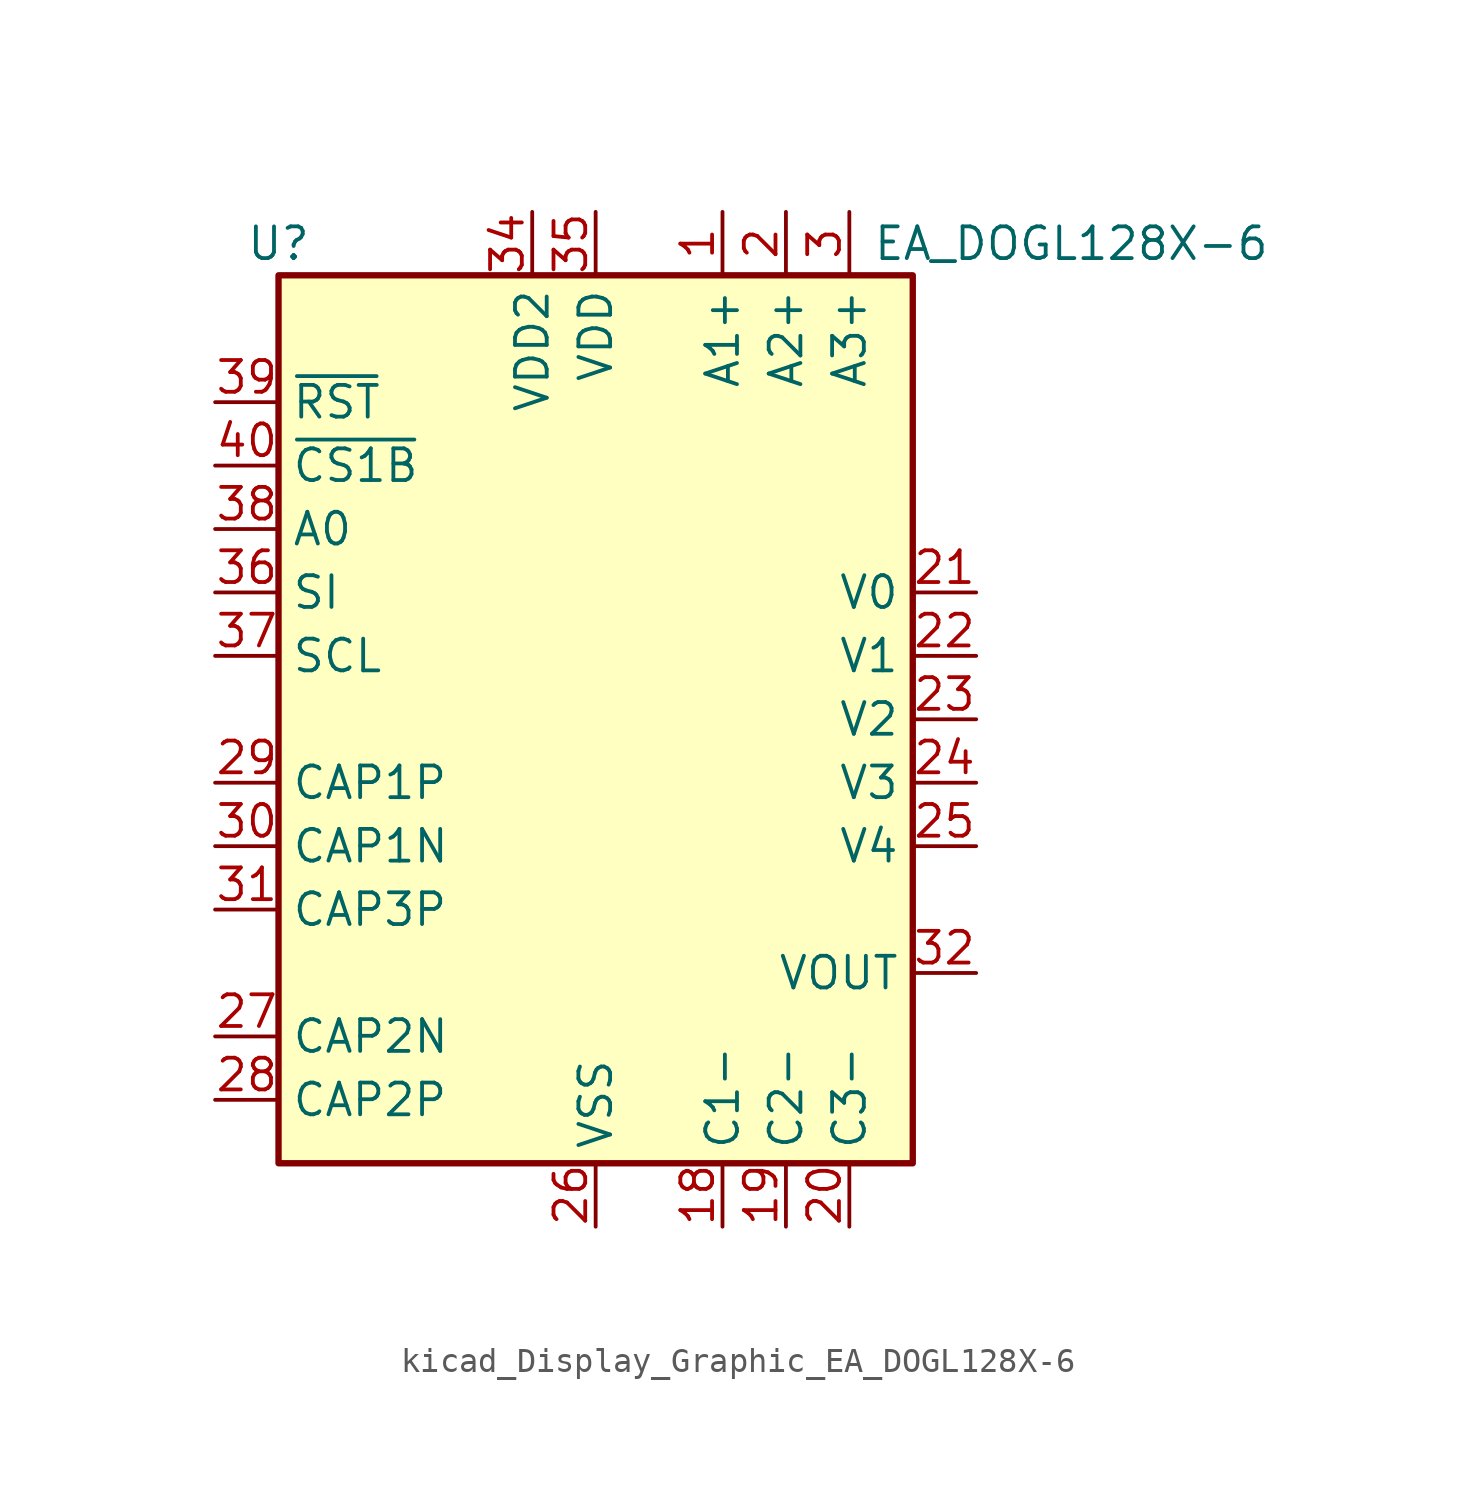
<source format=kicad_sym>
(kicad_symbol_lib
  (version 20220914)
  (generator kicad_symbol_editor)
  (symbol "kicad_Display_Graphic_EA_DOGL128X-6"
    (property "Reference" "U"
      (at -12.7 19.05 0)
      (effects (font (size 1.27 1.27))))
    (property "Value" "EA_DOGL128X-6"
      (at 19.05 19.05 0)
      (effects (font (size 1.27 1.27))))
    (symbol "kicad_Display_Graphic_EA_DOGL128X-6_1_1"
      (rectangle (start -12.7 17.78) (end 12.7 -17.78) (stroke (width 0.254) (type default)) (fill (type background)))
      (pin power_in line (at 5.08 20.32 270) (length 2.54) (name "A1+" (effects (font (size 1.27 1.27)))) (number "1" (effects (font (size 1.27 1.27)))))
      (pin power_in line (at 5.08 -20.32 90) (length 2.54) (name "C1-" (effects (font (size 1.27 1.27)))) (number "18" (effects (font (size 1.27 1.27)))))
      (pin power_in line (at 7.62 -20.32 90) (length 2.54) (name "C2-" (effects (font (size 1.27 1.27)))) (number "19" (effects (font (size 1.27 1.27)))))
      (pin power_in line (at 7.62 20.32 270) (length 2.54) (name "A2+" (effects (font (size 1.27 1.27)))) (number "2" (effects (font (size 1.27 1.27)))))
      (pin power_in line (at 10.16 -20.32 90) (length 2.54) (name "C3-" (effects (font (size 1.27 1.27)))) (number "20" (effects (font (size 1.27 1.27)))))
      (pin passive line (at 15.24 5.08 180) (length 2.54) (name "V0" (effects (font (size 1.27 1.27)))) (number "21" (effects (font (size 1.27 1.27)))))
      (pin passive line (at 15.24 2.54 180) (length 2.54) (name "V1" (effects (font (size 1.27 1.27)))) (number "22" (effects (font (size 1.27 1.27)))))
      (pin passive line (at 15.24 0 180) (length 2.54) (name "V2" (effects (font (size 1.27 1.27)))) (number "23" (effects (font (size 1.27 1.27)))))
      (pin passive line (at 15.24 -2.54 180) (length 2.54) (name "V3" (effects (font (size 1.27 1.27)))) (number "24" (effects (font (size 1.27 1.27)))))
      (pin passive line (at 15.24 -5.08 180) (length 2.54) (name "V4" (effects (font (size 1.27 1.27)))) (number "25" (effects (font (size 1.27 1.27)))))
      (pin power_in line (at 0 -20.32 90) (length 2.54) (name "VSS" (effects (font (size 1.27 1.27)))) (number "26" (effects (font (size 1.27 1.27)))))
      (pin passive line (at -15.24 -12.7 0) (length 2.54) (name "CAP2N" (effects (font (size 1.27 1.27)))) (number "27" (effects (font (size 1.27 1.27)))))
      (pin passive line (at -15.24 -15.24 0) (length 2.54) (name "CAP2P" (effects (font (size 1.27 1.27)))) (number "28" (effects (font (size 1.27 1.27)))))
      (pin passive line (at -15.24 -2.54 0) (length 2.54) (name "CAP1P" (effects (font (size 1.27 1.27)))) (number "29" (effects (font (size 1.27 1.27)))))
      (pin power_in line (at 10.16 20.32 270) (length 2.54) (name "A3+" (effects (font (size 1.27 1.27)))) (number "3" (effects (font (size 1.27 1.27)))))
      (pin passive line (at -15.24 -5.08 0) (length 2.54) (name "CAP1N" (effects (font (size 1.27 1.27)))) (number "30" (effects (font (size 1.27 1.27)))))
      (pin passive line (at -15.24 -7.62 0) (length 2.54) (name "CAP3P" (effects (font (size 1.27 1.27)))) (number "31" (effects (font (size 1.27 1.27)))))
      (pin output line (at 15.24 -10.16 180) (length 2.54) (name "VOUT" (effects (font (size 1.27 1.27)))) (number "32" (effects (font (size 1.27 1.27)))))
      (pin passive line (at 0 -20.32 90) (length 2.54) hide (name "VSS" (effects (font (size 1.27 1.27)))) (number "33" (effects (font (size 1.27 1.27)))))
      (pin power_in line (at -2.54 20.32 270) (length 2.54) (name "VDD2" (effects (font (size 1.27 1.27)))) (number "34" (effects (font (size 1.27 1.27)))))
      (pin power_in line (at 0 20.32 270) (length 2.54) (name "VDD" (effects (font (size 1.27 1.27)))) (number "35" (effects (font (size 1.27 1.27)))))
      (pin input line (at -15.24 5.08 0) (length 2.54) (name "SI" (effects (font (size 1.27 1.27)))) (number "36" (effects (font (size 1.27 1.27)))))
      (pin input line (at -15.24 2.54 0) (length 2.54) (name "SCL" (effects (font (size 1.27 1.27)))) (number "37" (effects (font (size 1.27 1.27)))))
      (pin input line (at -15.24 7.62 0) (length 2.54) (name "A0" (effects (font (size 1.27 1.27)))) (number "38" (effects (font (size 1.27 1.27)))))
      (pin input line (at -15.24 12.7 0) (length 2.54) (name "~{RST}" (effects (font (size 1.27 1.27)))) (number "39" (effects (font (size 1.27 1.27)))))
      (pin input line (at -15.24 10.16 0) (length 2.54) (name "~{CS1B}" (effects (font (size 1.27 1.27)))) (number "40" (effects (font (size 1.27 1.27))))))))
</source>
